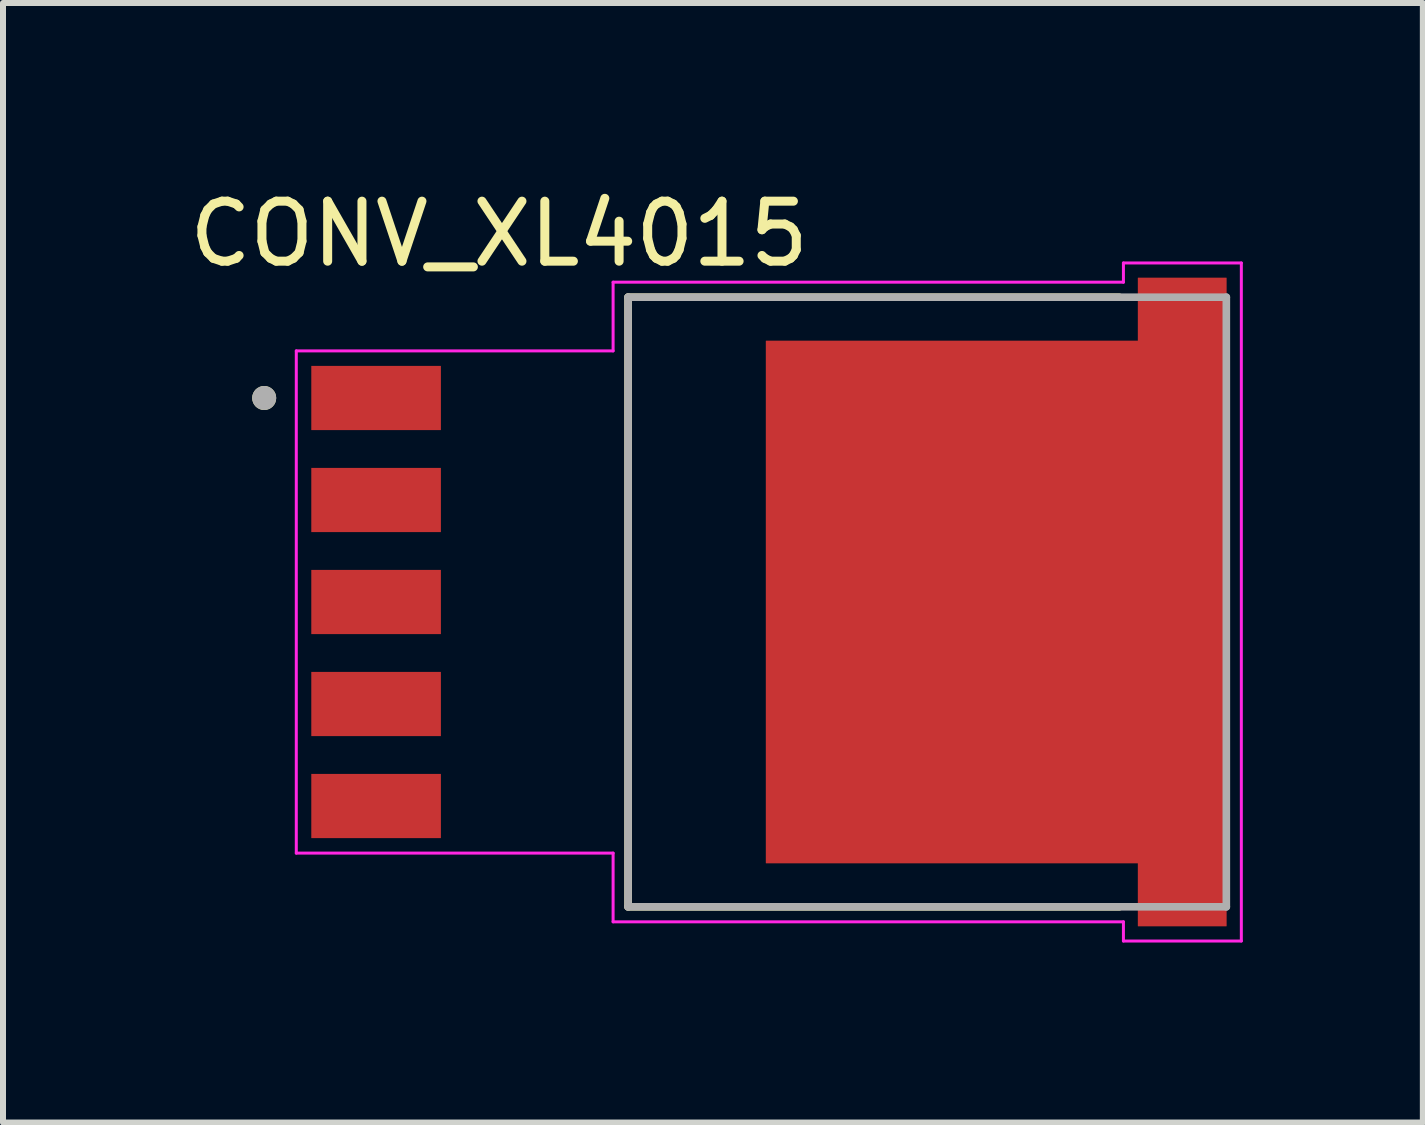
<source format=kicad_pcb>
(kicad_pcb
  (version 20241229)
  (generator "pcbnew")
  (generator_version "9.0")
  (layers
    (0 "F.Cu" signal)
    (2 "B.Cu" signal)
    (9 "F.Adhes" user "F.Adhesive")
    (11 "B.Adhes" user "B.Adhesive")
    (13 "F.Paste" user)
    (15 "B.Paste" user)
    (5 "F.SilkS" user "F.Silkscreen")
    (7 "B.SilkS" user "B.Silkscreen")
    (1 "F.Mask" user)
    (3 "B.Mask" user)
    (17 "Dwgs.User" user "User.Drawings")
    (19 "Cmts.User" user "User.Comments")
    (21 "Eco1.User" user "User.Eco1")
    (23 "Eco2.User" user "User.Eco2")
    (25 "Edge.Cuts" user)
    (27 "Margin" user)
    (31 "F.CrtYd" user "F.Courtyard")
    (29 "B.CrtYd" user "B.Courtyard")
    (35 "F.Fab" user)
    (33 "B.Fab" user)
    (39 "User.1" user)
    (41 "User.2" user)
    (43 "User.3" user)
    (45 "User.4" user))
  (footprint "CONV_XL4015"
    (layer "F.Cu")
    (at 13.553 6.983)
    (property "Reference" "CONV_XL4015" (at -8.285 -6.135 0) (layer "F.SilkS") (effects (font (size 1 1) (thickness 0.15))))
    (attr smd)
    (fp_poly (pts (xy 3.935 -5.5) (xy 2.265 -5.5) (xy 2.265 -4.45) (xy -3.935 -4.45) (xy -3.935 4.45) (xy 2.265 4.45) (xy 2.265 5.5) (xy 3.935 5.5)) (stroke (width 0.01) (type solid)) (fill yes) (layer "F.Mask"))
    (fp_line (start -6.135 -5.08) (end 2.05 -5.08) (stroke (width 0.127) (type solid)) (layer "F.SilkS"))
    (fp_line (start -6.135 5.08) (end -6.135 -5.08) (stroke (width 0.127) (type solid)) (layer "F.SilkS"))
    (fp_line (start 2.05 5.08) (end -6.135 5.08) (stroke (width 0.127) (type solid)) (layer "F.SilkS"))
    (fp_circle (center -12.2 -3.4) (end -12.1 -3.4) (stroke (width 0.2) (type solid)) (fill no) (layer "F.SilkS"))
    (fp_poly (pts (xy -0.6 -3.48) (xy -0.6 -0.88) (xy -3.2 -0.88) (xy -3.2 -3.48)) (stroke (width 0.01) (type solid)) (fill yes) (layer "F.Paste"))
    (fp_poly (pts (xy -0.6 0.88) (xy -0.6 3.48) (xy -3.2 3.48) (xy -3.2 0.88)) (stroke (width 0.01) (type solid)) (fill yes) (layer "F.Paste"))
    (fp_poly (pts (xy 3.2 -3.48) (xy 3.2 -0.88) (xy 0.6 -0.88) (xy 0.6 -3.48)) (stroke (width 0.01) (type solid)) (fill yes) (layer "F.Paste"))
    (fp_poly (pts (xy 3.2 0.88) (xy 3.2 3.48) (xy 0.6 3.48) (xy 0.6 0.88)) (stroke (width 0.01) (type solid)) (fill yes) (layer "F.Paste"))
    (fp_line (start -11.665 -4.185) (end -11.665 4.185) (stroke (width 0.05) (type solid)) (layer "F.CrtYd"))
    (fp_line (start -11.665 4.185) (end -6.385 4.185) (stroke (width 0.05) (type solid)) (layer "F.CrtYd"))
    (fp_line (start -6.385 -5.33) (end -6.385 -4.185) (stroke (width 0.05) (type solid)) (layer "F.CrtYd"))
    (fp_line (start -6.385 -4.185) (end -11.665 -4.185) (stroke (width 0.05) (type solid)) (layer "F.CrtYd"))
    (fp_line (start -6.385 4.185) (end -6.385 5.33) (stroke (width 0.05) (type solid)) (layer "F.CrtYd"))
    (fp_line (start -6.385 5.33) (end 2.12 5.33) (stroke (width 0.05) (type solid)) (layer "F.CrtYd"))
    (fp_line (start 2.12 -5.33) (end -6.385 -5.33) (stroke (width 0.05) (type solid)) (layer "F.CrtYd"))
    (fp_line (start 2.12 -5.33) (end 2.12 -5.65) (stroke (width 0.05) (type solid)) (layer "F.CrtYd"))
    (fp_line (start 2.12 5.65) (end 2.12 5.33) (stroke (width 0.05) (type solid)) (layer "F.CrtYd"))
    (fp_line (start 4.085 -5.65) (end 2.12 -5.65) (stroke (width 0.05) (type solid)) (layer "F.CrtYd"))
    (fp_line (start 4.085 -5.65) (end 4.085 5.65) (stroke (width 0.05) (type solid)) (layer "F.CrtYd"))
    (fp_line (start 4.085 5.65) (end 2.12 5.65) (stroke (width 0.05) (type solid)) (layer "F.CrtYd"))
    (fp_line (start -6.135 -5.08) (end 3.835 -5.08) (stroke (width 0.127) (type solid)) (layer "F.Fab"))
    (fp_line (start -6.135 5.08) (end -6.135 -5.08) (stroke (width 0.127) (type solid)) (layer "F.Fab"))
    (fp_line (start 3.835 -5.08) (end 3.835 5.08) (stroke (width 0.127) (type solid)) (layer "F.Fab"))
    (fp_line (start 3.835 5.08) (end -6.135 5.08) (stroke (width 0.127) (type solid)) (layer "F.Fab"))
    (fp_circle (center -12.2 -3.4) (end -12.1 -3.4) (stroke (width 0.2) (type solid)) (fill no) (layer "F.Fab"))
    (pad "1" smd rect (at -10.335 -3.4) (size 2.16 1.07) (layers "F.Cu" "F.Mask" "F.Paste"))
    (pad "2" smd rect (at -10.335 -1.7) (size 2.16 1.07) (layers "F.Cu" "F.Mask" "F.Paste"))
    (pad "3" smd rect (at -10.335 0) (size 2.16 1.07) (layers "F.Cu" "F.Mask" "F.Paste"))
    (pad "3.1" smd custom (at 0 0) (size 1.27 0.635) (layers "F.Cu") (options (anchor rect)) (primitives (gr_poly (pts (xy 3.835 -5.4) (xy 2.365 -5.4) (xy 2.365 -4.35) (xy -3.835 -4.35) (xy -3.835 4.35) (xy 2.365 4.35) (xy 2.365 5.4) (xy 3.835 5.4)) (width 0.01) (fill yes))))
    (pad "4" smd rect (at -10.335 1.7) (size 2.16 1.07) (layers "F.Cu" "F.Mask" "F.Paste"))
    (pad "5" smd rect (at -10.335 3.4) (size 2.16 1.07) (layers "F.Cu" "F.Mask" "F.Paste")))
  (gr_rect
    (start -3 -3)
    (end 20.663 15.658)
    (stroke (width 0.1) (type default))
    (fill no)
    (layer "Edge.Cuts")))
</source>
